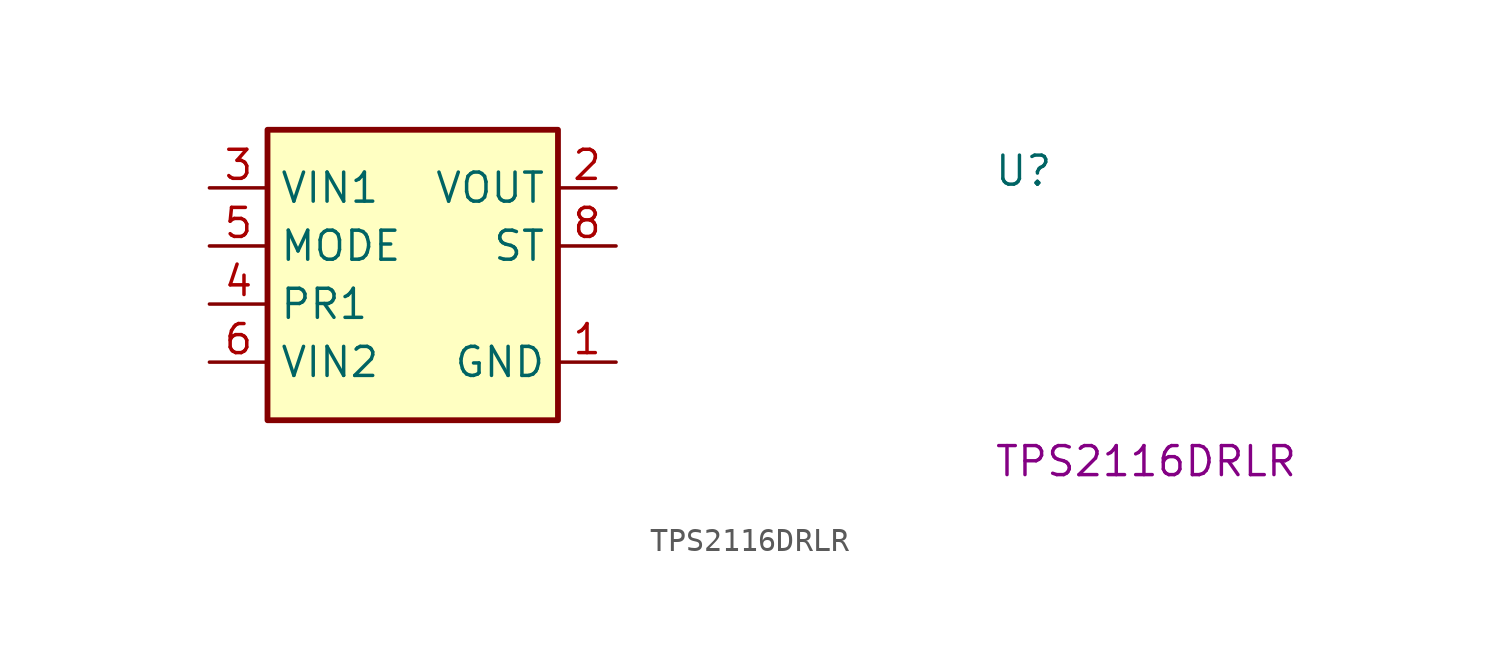
<source format=kicad_sym>
(kicad_symbol_lib
  (version 20220914)
  (generator kicad_symbol_editor)
  (symbol "TPS2116DRLR"
    (property "Reference" "U"
      (at 34.29 0 0)
      (effects (font (size 1.27 1.27) (thickness 0.15)) (justify left bottom)))
    (property "MPN" "TPS2116DRLR"
      (at 34.29 -12.7 0)
      (effects (font (size 1.27 1.27) (thickness 0.15)) (justify left bottom)))
    (symbol "TPS2116DRLR_1_1"
      (rectangle (start 2.54 2.54) (end 15.24 -10.16) (stroke (width 0.254) (type default)) (fill (type background)))
      (pin power_in line (at 17.78 -7.62 180) (length 2.54) (name "GND" (effects (font (size 1.27 1.27)))) (number "1" (effects (font (size 1.27 1.27)))))
      (pin power_out line (at 17.78 0 180) (length 2.54) (name "VOUT" (effects (font (size 1.27 1.27)))) (number "2" (effects (font (size 1.27 1.27)))))
      (pin power_in line (at 0 0 0) (length 2.54) (name "VIN1" (effects (font (size 1.27 1.27)))) (number "3" (effects (font (size 1.27 1.27)))))
      (pin input line (at 0 -5.08 0) (length 2.54) (name "PR1" (effects (font (size 1.27 1.27)))) (number "4" (effects (font (size 1.27 1.27)))))
      (pin input line (at 0 -2.54 0) (length 2.54) (name "MODE" (effects (font (size 1.27 1.27)))) (number "5" (effects (font (size 1.27 1.27)))))
      (pin power_in line (at 0 -7.62 0) (length 2.54) (name "VIN2" (effects (font (size 1.27 1.27)))) (number "6" (effects (font (size 1.27 1.27)))))
      (pin passive line (at 17.78 0 180) (length 2.54) hide (name "VOUT" (effects (font (size 1.27 1.27)))) (number "7" (effects (font (size 1.27 1.27)))))
      (pin output line (at 17.78 -2.54 180) (length 2.54) (name "ST" (effects (font (size 1.27 1.27)))) (number "8" (effects (font (size 1.27 1.27))))))))
</source>
